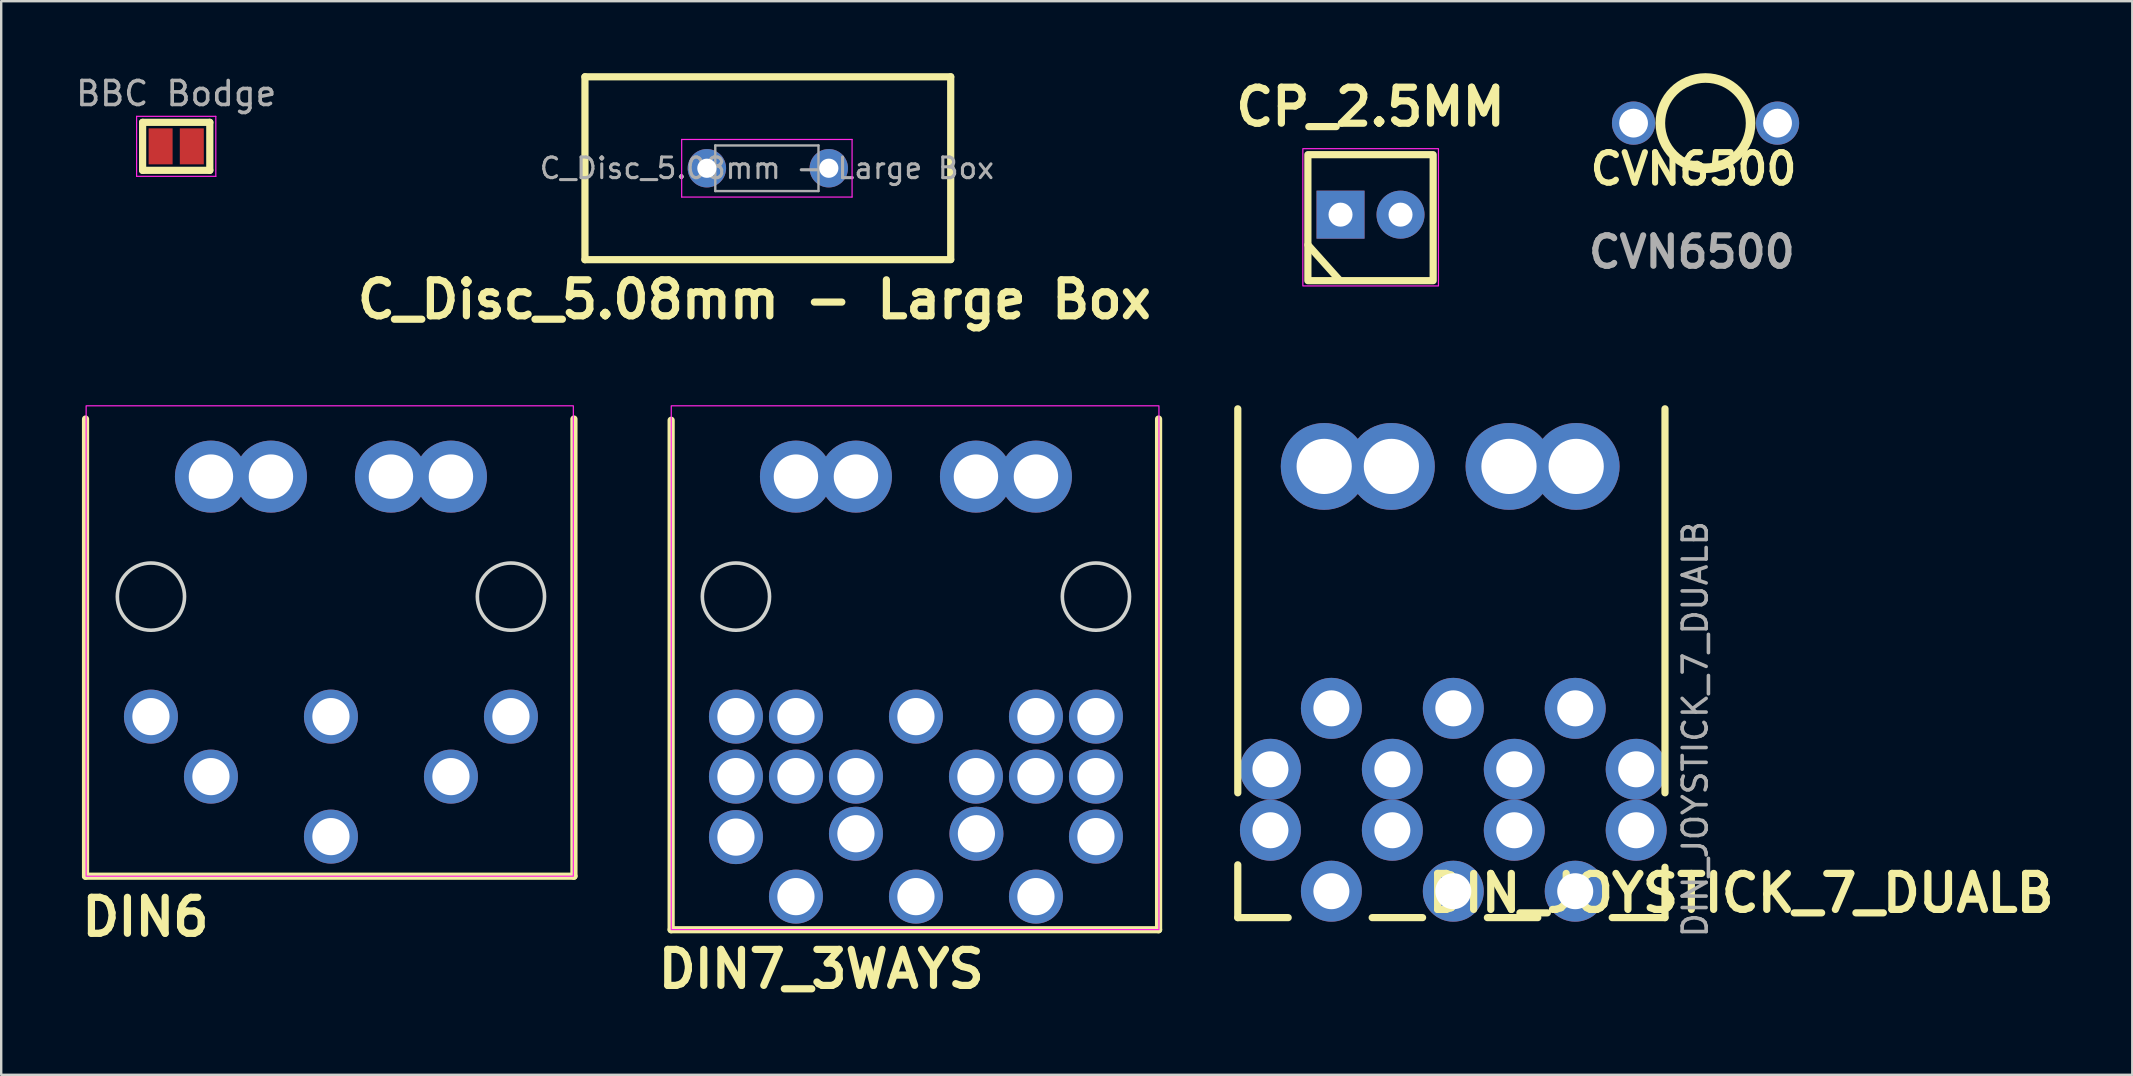
<source format=kicad_pcb>
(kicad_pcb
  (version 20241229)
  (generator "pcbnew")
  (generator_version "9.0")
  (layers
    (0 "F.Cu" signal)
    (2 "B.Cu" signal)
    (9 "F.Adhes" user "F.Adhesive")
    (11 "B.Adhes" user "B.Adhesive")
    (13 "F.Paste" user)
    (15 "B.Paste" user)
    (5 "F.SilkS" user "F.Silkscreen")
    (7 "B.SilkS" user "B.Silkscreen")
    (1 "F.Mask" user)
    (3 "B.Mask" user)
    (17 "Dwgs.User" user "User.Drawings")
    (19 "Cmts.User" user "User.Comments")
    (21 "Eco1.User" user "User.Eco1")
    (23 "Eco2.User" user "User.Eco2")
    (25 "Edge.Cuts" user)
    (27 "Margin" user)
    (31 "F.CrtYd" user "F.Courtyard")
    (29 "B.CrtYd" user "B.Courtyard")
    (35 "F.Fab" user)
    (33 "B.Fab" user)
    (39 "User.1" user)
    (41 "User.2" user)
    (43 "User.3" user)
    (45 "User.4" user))
  (footprint "CP_2.5MM"
    (layer "F.Cu")
    (at 52.805 5.894)
    (property "Reference" "CP_2.5MM" (at 1.25 -4.49 180) (layer "F.SilkS") (effects (font (size 1.5 1.5) (thickness 0.3) (bold yes))))
    (attr through_hole)
    (fp_line (start -0.04 2.73) (end -1.357 1.26) (stroke (width 0.3) (type default)) (layer "F.SilkS"))
    (fp_rect (start -1.36 -2.5) (end 3.86 2.75) (stroke (width 0.3) (type default)) (fill no) (layer "F.SilkS"))
    (fp_rect (start -1.57 -2.75) (end 4.08 2.97) (stroke (width 0.05) (type default)) (fill no) (layer "F.CrtYd"))
    (pad "1" thru_hole rect (at 0 0) (size 2 2) (drill 1) (layers "*.Cu" "*.Mask"))
    (pad "2" thru_hole oval (at 2.5 0) (size 2 2) (drill 1) (layers "*.Cu" "*.Mask")))
  (footprint "DIN_JOYSTICK_7_DUALB"
    (layer "F.Cu")
    (at 52.424 34.084)
    (property "Reference" "DIN_JOYSTICK_7_DUALB" (at 17.07 0.08 0) (layer "F.SilkS") (effects (font (size 1.5 1.5) (thickness 0.3) (bold yes))))
    (attr through_hole)
    (fp_line (start -3.9 -4.1) (end -3.9 -20.1) (stroke (width 0.3) (type default)) (layer "F.SilkS"))
    (fp_line (start -3.9 -1.1) (end -3.9 1.1) (stroke (width 0.3) (type default)) (layer "F.SilkS"))
    (fp_line (start -3.9 1.1) (end -1.8 1.1) (stroke (width 0.3) (type default)) (layer "F.SilkS"))
    (fp_line (start 1.7 1.1) (end 3.8 1.1) (stroke (width 0.3) (type default)) (layer "F.SilkS"))
    (fp_line (start 6.5 1.1) (end 8.6 1.1) (stroke (width 0.3) (type default)) (layer "F.SilkS"))
    (fp_line (start 11.7 1.1) (end 13.9 1.1) (stroke (width 0.3) (type default)) (layer "F.SilkS"))
    (fp_line (start 13.9 -4.1) (end 13.9 -20.1) (stroke (width 0.3) (type default)) (layer "F.SilkS"))
    (fp_line (start 13.9 1.1) (end 13.9 -1) (stroke (width 0.3) (type default)) (layer "F.SilkS"))
    (fp_text user "${REFERENCE}" (at 15.16 -6.75 270) (layer "F.Fab") (effects (font (size 1 1) (thickness 0.15))))
    (pad "1" thru_hole circle (at 0 -7.62) (size 2.54 2.54) (drill 1.5) (layers "*.Cu" "*.Mask"))
    (pad "1" thru_hole circle (at 0 0) (size 2.54 2.54) (drill 1.5) (layers "*.Cu" "*.Mask"))
    (pad "2" thru_hole circle (at 5.08 -7.62) (size 2.54 2.54) (drill 1.5) (layers "*.Cu" "*.Mask"))
    (pad "2" thru_hole circle (at 5.08 0) (size 2.54 2.54) (drill 1.5) (layers "*.Cu" "*.Mask"))
    (pad "3" thru_hole circle (at 10.16 -7.62) (size 2.54 2.54) (drill 1.5) (layers "*.Cu" "*.Mask"))
    (pad "3" thru_hole circle (at 10.16 0) (size 2.54 2.54) (drill 1.5) (layers "*.Cu" "*.Mask"))
    (pad "4" thru_hole circle (at 2.54 -5.08) (size 2.54 2.54) (drill 1.5) (layers "*.Cu" "*.Mask"))
    (pad "4" thru_hole circle (at 2.54 -2.54) (size 2.54 2.54) (drill 1.5) (layers "*.Cu" "*.Mask"))
    (pad "5" thru_hole circle (at 7.62 -5.08) (size 2.54 2.54) (drill 1.5) (layers "*.Cu" "*.Mask"))
    (pad "5" thru_hole circle (at 7.62 -2.54) (size 2.54 2.54) (drill 1.5) (layers "*.Cu" "*.Mask"))
    (pad "6" thru_hole circle (at -2.54 -5.08) (size 2.54 2.54) (drill 1.5) (layers "*.Cu" "*.Mask"))
    (pad "6" thru_hole circle (at -2.54 -2.54) (size 2.54 2.54) (drill 1.5) (layers "*.Cu" "*.Mask"))
    (pad "7" thru_hole circle (at 12.7 -5.08) (size 2.54 2.54) (drill 1.5) (layers "*.Cu" "*.Mask"))
    (pad "7" thru_hole circle (at 12.7 -2.54) (size 2.54 2.54) (drill 1.5) (layers "*.Cu" "*.Mask"))
    (pad "S" thru_hole circle (at -0.3 -17.7 270) (size 3.616 3.616) (drill 2.3) (layers "*.Cu" "*.Mask"))
    (pad "S" thru_hole circle (at 2.5 -17.7 270) (size 3.616 3.616) (drill 2.3) (layers "*.Cu" "*.Mask"))
    (pad "S" thru_hole circle (at 7.4 -17.7 270) (size 3.616 3.616) (drill 2.3) (layers "*.Cu" "*.Mask"))
    (pad "S" thru_hole circle (at 10.2 -17.7 270) (size 3.616 3.616) (drill 2.3) (layers "*.Cu" "*.Mask")))
  (footprint "DIN7_3WAYS"
    (layer "F.Cu")
    (at 27.614 26.809)
    (property "Reference" "DIN7_3WAYS" (at 10.5 10.52 180) (layer "F.SilkS") (effects (font (size 1.5 1.5) (thickness 0.3) (bold yes)) (justify right)))
    (attr through_hole)
    (fp_line (start -2.7 8.88) (end -2.7 -12.35) (stroke (width 0.3) (type solid)) (layer "F.SilkS"))
    (fp_line (start 17.61 -12.4) (end 17.61 8.88) (stroke (width 0.3) (type solid)) (layer "F.SilkS"))
    (fp_line (start 17.61 8.88) (end -2.7 8.88) (stroke (width 0.3) (type solid)) (layer "F.SilkS"))
    (fp_circle (center 0 -5) (end 1.4 -5) (stroke (width 0.15) (type solid)) (fill no) (layer "Edge.Cuts"))
    (fp_circle (center 15 -5) (end 16.4 -5) (stroke (width 0.15) (type solid)) (fill no) (layer "Edge.Cuts"))
    (fp_rect (start -2.695 -12.95) (end 17.625 8.875) (stroke (width 0.05) (type default)) (fill no) (layer "F.CrtYd"))
    (pad "1" thru_hole circle (at 0 0 180) (size 2.25 2.25) (drill 1.55) (layers "*.Cu" "*.Mask"))
    (pad "1" thru_hole circle (at 2.5 0 180) (size 2.25 2.25) (drill 1.55) (layers "*.Cu" "*.Mask"))
    (pad "1" thru_hole circle (at 2.5 7.5 180) (size 2.25 2.25) (drill 1.55) (layers "*.Cu" "*.Mask"))
    (pad "2" thru_hole circle (at 7.5 0 180) (size 2.25 2.25) (drill 1.55) (layers "*.Cu" "*.Mask"))
    (pad "2" thru_hole circle (at 7.5 7.5 180) (size 2.25 2.25) (drill 1.55) (layers "*.Cu" "*.Mask"))
    (pad "3" thru_hole circle (at 12.5 0 180) (size 2.25 2.25) (drill 1.55) (layers "*.Cu" "*.Mask"))
    (pad "3" thru_hole circle (at 12.5 7.5 180) (size 2.25 2.25) (drill 1.55) (layers "*.Cu" "*.Mask"))
    (pad "3" thru_hole circle (at 15 0 180) (size 2.25 2.25) (drill 1.55) (layers "*.Cu" "*.Mask"))
    (pad "4" thru_hole circle (at 2.5 2.5 180) (size 2.25 2.25) (drill 1.55) (layers "*.Cu" "*.Mask"))
    (pad "4" thru_hole circle (at 5 2.5 180) (size 2.25 2.25) (drill 1.55) (layers "*.Cu" "*.Mask"))
    (pad "4" thru_hole circle (at 5 4.88 180) (size 2.25 2.25) (drill 1.55) (layers "*.Cu" "*.Mask"))
    (pad "5" thru_hole circle (at 10 2.5 180) (size 2.25 2.25) (drill 1.55) (layers "*.Cu" "*.Mask"))
    (pad "5" thru_hole circle (at 10.02 4.88 180) (size 2.25 2.25) (drill 1.55) (layers "*.Cu" "*.Mask"))
    (pad "5" thru_hole circle (at 12.5 2.5 180) (size 2.25 2.25) (drill 1.55) (layers "*.Cu" "*.Mask"))
    (pad "6" thru_hole circle (at 0 2.5 180) (size 2.25 2.25) (drill 1.55) (layers "*.Cu" "*.Mask"))
    (pad "6" thru_hole circle (at 0 5.02 180) (size 2.25 2.25) (drill 1.55) (layers "*.Cu" "*.Mask"))
    (pad "7" thru_hole circle (at 15 2.5 180) (size 2.25 2.25) (drill 1.55) (layers "*.Cu" "*.Mask"))
    (pad "7" thru_hole circle (at 15 5 180) (size 2.25 2.25) (drill 1.55) (layers "*.Cu" "*.Mask"))
    (pad "S" thru_hole circle (at 2.5 -10 180) (size 3 3) (drill 1.85) (layers "*.Cu" "*.Mask"))
    (pad "S" thru_hole circle (at 5 -10 180) (size 3 3) (drill 1.85) (layers "*.Cu" "*.Mask"))
    (pad "S" thru_hole circle (at 10 -10 180) (size 3 3) (drill 1.85) (layers "*.Cu" "*.Mask"))
    (pad "S" thru_hole circle (at 12.5 -10 180) (size 3 3) (drill 1.85) (layers "*.Cu" "*.Mask")))
  (footprint "C_Disc_5.08mm - Large Box"
    (layer "F.Cu")
    (at 26.403 3.96)
    (property "Reference" "C_Disc_5.08mm - Large Box" (at 1.98 5.47 0) (layer "F.SilkS") (effects (font (size 1.5 1.5) (thickness 0.3) (bold yes))))
    (attr through_hole)
    (fp_line (start -5.08 -3.81) (end 10.16 -3.81) (stroke (width 0.3) (type default)) (layer "F.SilkS"))
    (fp_line (start -5.08 3.81) (end -5.08 -3.81) (stroke (width 0.3) (type default)) (layer "F.SilkS"))
    (fp_line (start 10.16 -3.81) (end 10.16 3.8) (stroke (width 0.3) (type default)) (layer "F.SilkS"))
    (fp_line (start 10.16 3.81) (end -5.08 3.81) (stroke (width 0.3) (type default)) (layer "F.SilkS"))
    (fp_line (start -1.05 -1.2) (end -1.05 1.2) (stroke (width 0.05) (type solid)) (layer "F.CrtYd"))
    (fp_line (start -1.05 1.2) (end 6.05 1.2) (stroke (width 0.05) (type solid)) (layer "F.CrtYd"))
    (fp_line (start 6.05 -1.2) (end -1.05 -1.2) (stroke (width 0.05) (type solid)) (layer "F.CrtYd"))
    (fp_line (start 6.05 1.2) (end 6.05 -1.2) (stroke (width 0.05) (type solid)) (layer "F.CrtYd"))
    (fp_line (start 0.35 -0.95) (end 0.35 0.95) (stroke (width 0.1) (type solid)) (layer "F.Fab"))
    (fp_line (start 0.35 0.95) (end 4.65 0.95) (stroke (width 0.1) (type solid)) (layer "F.Fab"))
    (fp_line (start 4.65 -0.95) (end 0.35 -0.95) (stroke (width 0.1) (type solid)) (layer "F.Fab"))
    (fp_line (start 4.65 0.95) (end 4.65 -0.95) (stroke (width 0.1) (type solid)) (layer "F.Fab"))
    (fp_text user "${REFERENCE}" (at 2.5 0 0) (layer "F.Fab") (effects (font (size 0.86 0.86) (thickness 0.129))))
    (pad "1" thru_hole circle (at 0 0) (size 1.6 1.6) (drill 0.8) (layers "*.Cu" "*.Mask"))
    (pad "2" thru_hole circle (at 5.08 0) (size 1.6 1.6) (drill 0.8) (layers "*.Cu" "*.Mask")))
  (footprint "CVN6500"
    (layer "F.Cu")
    (at 65.014 2.08)
    (property "Reference" "CVN6500" (at 2.5 1.905 0) (layer "F.SilkS") (effects (font (size 1.27 1.27) (thickness 0.254))))
    (attr through_hole)
    (fp_circle (center 2.997 0) (end 4.877 0) (stroke (width 0.4) (type default)) (fill no) (layer "F.SilkS"))
    (fp_text user "${REFERENCE}" (at 2.43 5.37 0) (layer "F.Fab") (effects (font (size 1.27 1.27) (thickness 0.254))))
    (pad "1" thru_hole circle (at 0 0) (size 1.8 1.8) (drill 1.2) (layers "*.Cu" "*.Mask"))
    (pad "2" thru_hole circle (at 6 0) (size 1.8 1.8) (drill 1.2) (layers "*.Cu" "*.Mask")))
  (footprint "DIN6"
    (layer "F.Cu")
    (at 3.239 26.809)
    (property "Reference" "DIN6" (at 2.575 8.35 180) (layer "F.SilkS") (effects (font (size 1.5 1.5) (thickness 0.3) (bold yes)) (justify right)))
    (attr through_hole)
    (fp_line (start -2.725 6.65) (end -2.725 -12.4) (stroke (width 0.3) (type solid)) (layer "F.SilkS"))
    (fp_line (start 17.625 -12.4) (end 17.625 6.65) (stroke (width 0.3) (type solid)) (layer "F.SilkS"))
    (fp_line (start 17.625 6.65) (end -2.725 6.65) (stroke (width 0.3) (type solid)) (layer "F.SilkS"))
    (fp_circle (center 0 -5) (end 1.4 -5) (stroke (width 0.15) (type solid)) (fill no) (layer "Edge.Cuts"))
    (fp_circle (center 15 -5) (end 16.4 -5) (stroke (width 0.15) (type solid)) (fill no) (layer "Edge.Cuts"))
    (fp_rect (start -2.7 -12.95) (end 17.6 6.65) (stroke (width 0.05) (type default)) (fill no) (layer "F.CrtYd"))
    (pad "1" thru_hole circle (at 0 0 180) (size 2.25 2.25) (drill 1.55) (layers "*.Cu" "*.Mask"))
    (pad "2" thru_hole circle (at 2.5 2.5 180) (size 2.25 2.25) (drill 1.55) (layers "*.Cu" "*.Mask"))
    (pad "3" thru_hole circle (at 7.5 0 180) (size 2.25 2.25) (drill 1.55) (layers "*.Cu" "*.Mask"))
    (pad "4" thru_hole circle (at 12.5 2.5 180) (size 2.25 2.25) (drill 1.55) (layers "*.Cu" "*.Mask"))
    (pad "5" thru_hole circle (at 15 0 180) (size 2.25 2.25) (drill 1.55) (layers "*.Cu" "*.Mask"))
    (pad "6" thru_hole circle (at 7.5 5 180) (size 2.25 2.25) (drill 1.55) (layers "*.Cu" "*.Mask"))
    (pad "S" thru_hole circle (at 2.5 -10 180) (size 3 3) (drill 1.85) (layers "*.Cu" "*.Mask"))
    (pad "S" thru_hole circle (at 5 -10 180) (size 3 3) (drill 1.85) (layers "*.Cu" "*.Mask"))
    (pad "S" thru_hole circle (at 10 -10 180) (size 3 3) (drill 1.85) (layers "*.Cu" "*.Mask"))
    (pad "S" thru_hole circle (at 12.5 -10 180) (size 3 3) (drill 1.85) (layers "*.Cu" "*.Mask")))
  (footprint "BBC Bodge"
    (layer "F.Cu")
    (at 4.292 3.048)
    (property "Reference" "BBC Bodge" (at 0 -2.2 0) (layer "F.Fab") (effects (font (size 1 1) (thickness 0.15))))
    (attr exclude_from_pos_files exclude_from_bom allow_soldermask_bridges)
    (fp_rect (start -0.15 -0.75) (end 0.15 0.75) (stroke (width 0) (type default)) (fill yes) (layer "F.Mask"))
    (fp_line (start -1.4 -1) (end 1.4 -1) (stroke (width 0.3) (type solid)) (layer "F.SilkS"))
    (fp_line (start -1.4 1) (end -1.4 -1) (stroke (width 0.3) (type solid)) (layer "F.SilkS"))
    (fp_line (start 1.4 -1) (end 1.4 1) (stroke (width 0.3) (type solid)) (layer "F.SilkS"))
    (fp_line (start 1.4 1) (end -1.4 1) (stroke (width 0.3) (type solid)) (layer "F.SilkS"))
    (fp_line (start -1.65 -1.25) (end -1.65 1.25) (stroke (width 0.05) (type solid)) (layer "F.CrtYd"))
    (fp_line (start -1.65 -1.25) (end 1.65 -1.25) (stroke (width 0.05) (type solid)) (layer "F.CrtYd"))
    (fp_line (start 1.65 1.25) (end -1.65 1.25) (stroke (width 0.05) (type solid)) (layer "F.CrtYd"))
    (fp_line (start 1.65 1.25) (end 1.65 -1.25) (stroke (width 0.05) (type solid)) (layer "F.CrtYd"))
    (pad "1" smd rect (at -0.65 0) (size 1 1.5) (layers "F.Cu" "F.Mask"))
    (pad "2" smd rect (at 0.65 0) (size 1 1.5) (layers "F.Cu" "F.Mask")))
  (gr_rect
    (start -3 -3)
    (end 85.794 41.733)
    (stroke (width 0.1) (type default))
    (fill no)
    (layer "Edge.Cuts")))
</source>
